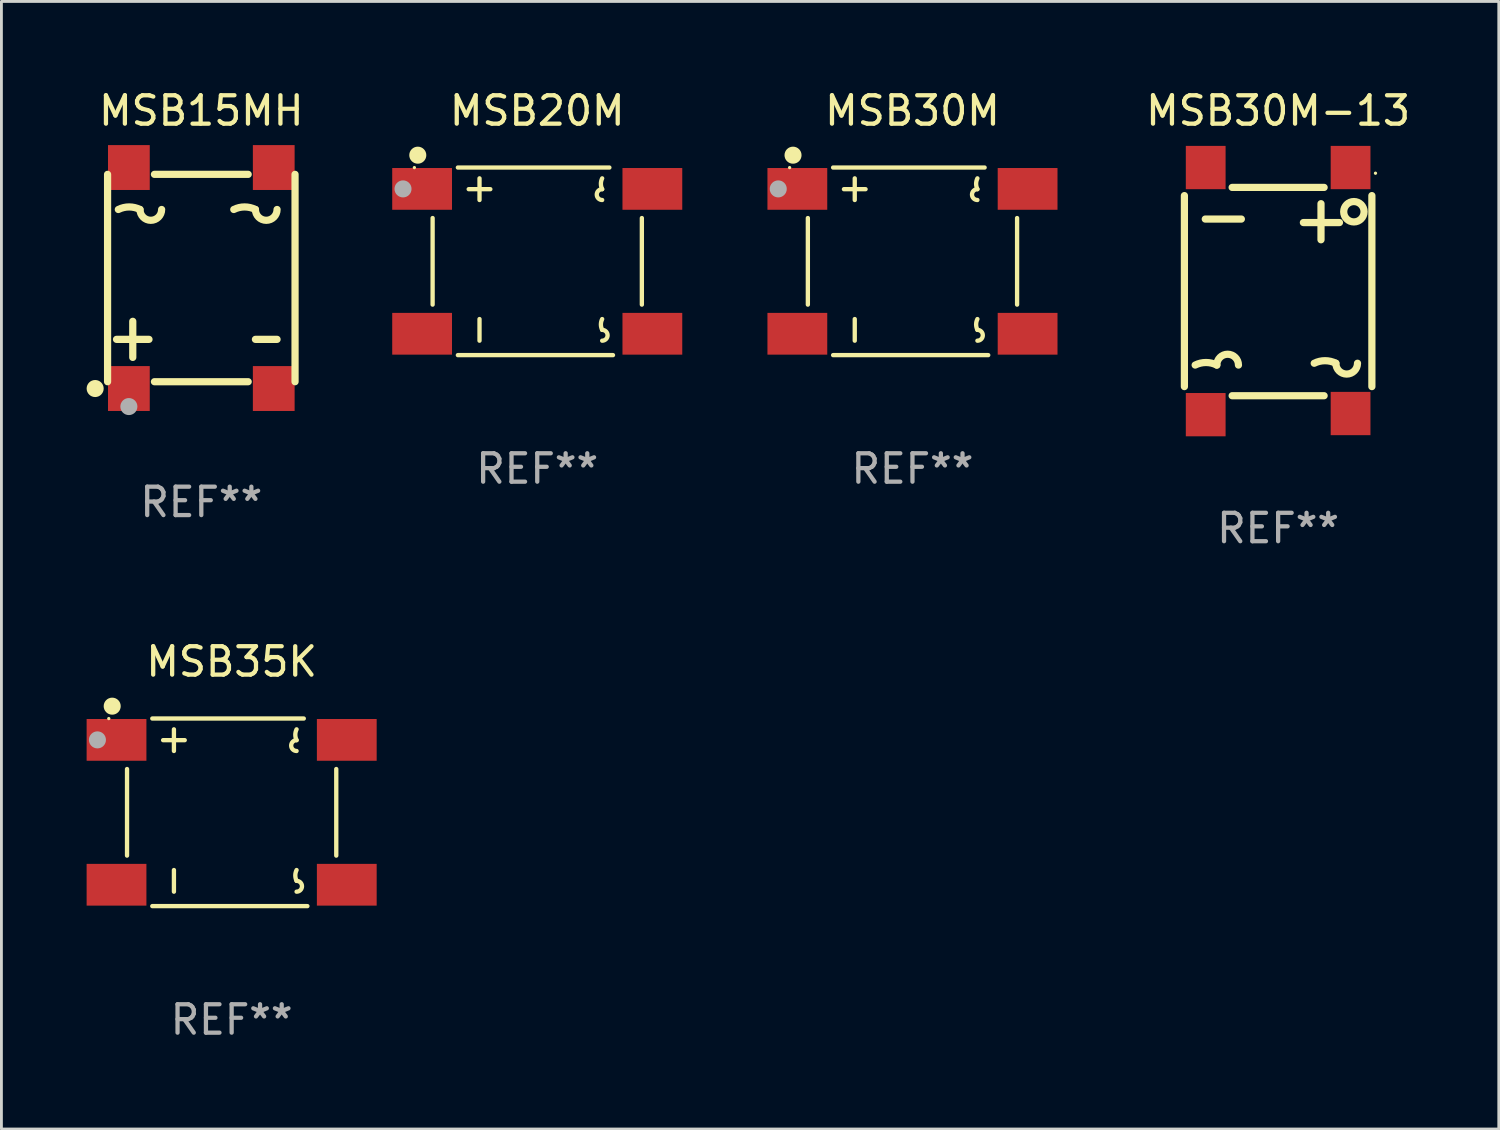
<source format=kicad_pcb>
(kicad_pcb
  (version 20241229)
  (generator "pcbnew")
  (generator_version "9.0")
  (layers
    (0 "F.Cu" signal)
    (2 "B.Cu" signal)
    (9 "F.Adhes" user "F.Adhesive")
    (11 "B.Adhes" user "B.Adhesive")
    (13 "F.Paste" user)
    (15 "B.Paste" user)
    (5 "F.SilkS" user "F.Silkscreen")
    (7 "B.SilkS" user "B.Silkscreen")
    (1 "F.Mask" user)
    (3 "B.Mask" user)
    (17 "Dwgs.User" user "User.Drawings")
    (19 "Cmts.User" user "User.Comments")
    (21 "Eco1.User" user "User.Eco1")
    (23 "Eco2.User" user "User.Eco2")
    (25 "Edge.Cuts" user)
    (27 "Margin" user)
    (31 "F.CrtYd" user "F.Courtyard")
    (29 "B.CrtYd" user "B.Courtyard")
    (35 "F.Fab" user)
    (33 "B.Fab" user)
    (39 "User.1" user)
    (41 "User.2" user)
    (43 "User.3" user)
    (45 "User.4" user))
  (footprint "MSB35K"
    (layer "F.Cu")
    (at 5.105 25.547)
    (property "Reference" "MSB35K" (at 0 -5.302 0) (layer "F.SilkS") (effects (font (size 1 1) (thickness 0.15))))
    (attr through_hole)
    (fp_line (start -3.683 -1.524) (end -3.683 1.524) (stroke (width 0.152) (type solid)) (layer "F.SilkS"))
    (fp_line (start -2.794 -3.302) (end 2.54 -3.302) (stroke (width 0.152) (type solid)) (layer "F.SilkS"))
    (fp_line (start -2.794 3.302) (end 2.667 3.302) (stroke (width 0.152) (type solid)) (layer "F.SilkS"))
    (fp_line (start -2.413 -2.54) (end -1.651 -2.54) (stroke (width 0.152) (type solid)) (layer "F.SilkS"))
    (fp_line (start -2.032 -2.921) (end -2.032 -2.159) (stroke (width 0.152) (type solid)) (layer "F.SilkS"))
    (fp_line (start -2.032 2.032) (end -2.032 2.794) (stroke (width 0.152) (type solid)) (layer "F.SilkS"))
    (fp_line (start 3.683 -1.524) (end 3.683 1.524) (stroke (width 0.152) (type solid)) (layer "F.SilkS"))
    (fp_arc (start 2.286004 -2.540006) (mid 2.241034 -2.730506) (end 2.286005 -2.921006) (stroke (width 0.151994) (type solid)) (layer "F.SilkS"))
    (fp_arc (start 2.286005 -2.159004) (mid 2.095504 -2.349505) (end 2.286005 -2.540006) (stroke (width 0.151994) (type solid)) (layer "F.SilkS"))
    (fp_arc (start 2.286005 2.413004) (mid 2.241034 2.222504) (end 2.286005 2.032004) (stroke (width 0.151994) (type solid)) (layer "F.SilkS"))
    (fp_arc (start 2.286005 2.413004) (mid 2.476506 2.603505) (end 2.286005 2.794006) (stroke (width 0.151994) (type solid)) (layer "F.SilkS"))
    (fp_circle (center -4.325 -3.3) (end -4.295 -3.3) (stroke (width 0.06) (type solid)) (fill no) (layer "F.SilkS"))
    (fp_circle (center -4.205 -3.737) (end -4.055 -3.737) (stroke (width 0.3) (type solid)) (fill no) (layer "F.SilkS"))
    (fp_circle (center -4.725 -2.55) (end -4.575 -2.55) (stroke (width 0.3) (type solid)) (fill no) (layer "F.Fab"))
    (fp_text user "REF**" (at 0 7.302 0) (layer "F.Fab") (effects (font (size 1 1) (thickness 0.15))))
    (pad "1" smd rect (at -4.053 -2.55) (size 2.105 1.47) (layers "F.Cu" "F.Mask" "F.Paste"))
    (pad "2" smd rect (at -4.053 2.55) (size 2.105 1.47) (layers "F.Cu" "F.Mask" "F.Paste"))
    (pad "3" smd rect (at 4.053 2.55) (size 2.105 1.47) (layers "F.Cu" "F.Mask" "F.Paste"))
    (pad "4" smd rect (at 4.053 -2.55) (size 2.105 1.47) (layers "F.Cu" "F.Mask" "F.Paste")))
  (footprint "MSB20M"
    (layer "F.Cu")
    (at 15.863 6.15)
    (property "Reference" "MSB20M" (at 0 -5.302 0) (layer "F.SilkS") (effects (font (size 1 1) (thickness 0.15))))
    (attr through_hole)
    (fp_line (start -3.683 -1.524) (end -3.683 1.524) (stroke (width 0.152) (type solid)) (layer "F.SilkS"))
    (fp_line (start -2.794 -3.302) (end 2.54 -3.302) (stroke (width 0.152) (type solid)) (layer "F.SilkS"))
    (fp_line (start -2.794 3.302) (end 2.667 3.302) (stroke (width 0.152) (type solid)) (layer "F.SilkS"))
    (fp_line (start -2.413 -2.54) (end -1.651 -2.54) (stroke (width 0.152) (type solid)) (layer "F.SilkS"))
    (fp_line (start -2.032 -2.921) (end -2.032 -2.159) (stroke (width 0.152) (type solid)) (layer "F.SilkS"))
    (fp_line (start -2.032 2.032) (end -2.032 2.794) (stroke (width 0.152) (type solid)) (layer "F.SilkS"))
    (fp_line (start 3.683 -1.524) (end 3.683 1.524) (stroke (width 0.152) (type solid)) (layer "F.SilkS"))
    (fp_arc (start 2.286004 -2.540006) (mid 2.241034 -2.730506) (end 2.286005 -2.921006) (stroke (width 0.151994) (type solid)) (layer "F.SilkS"))
    (fp_arc (start 2.286005 -2.159004) (mid 2.095504 -2.349505) (end 2.286005 -2.540006) (stroke (width 0.151994) (type solid)) (layer "F.SilkS"))
    (fp_arc (start 2.286005 2.413004) (mid 2.241034 2.222504) (end 2.286005 2.032004) (stroke (width 0.151994) (type solid)) (layer "F.SilkS"))
    (fp_arc (start 2.286005 2.413004) (mid 2.476506 2.603505) (end 2.286005 2.794006) (stroke (width 0.151994) (type solid)) (layer "F.SilkS"))
    (fp_circle (center -4.325 -3.3) (end -4.295 -3.3) (stroke (width 0.06) (type solid)) (fill no) (layer "F.SilkS"))
    (fp_circle (center -4.205 -3.737) (end -4.055 -3.737) (stroke (width 0.3) (type solid)) (fill no) (layer "F.SilkS"))
    (fp_circle (center -4.725 -2.55) (end -4.575 -2.55) (stroke (width 0.3) (type solid)) (fill no) (layer "F.Fab"))
    (fp_text user "REF**" (at 0 7.302 0) (layer "F.Fab") (effects (font (size 1 1) (thickness 0.15))))
    (pad "1" smd rect (at -4.053 -2.55) (size 2.105 1.47) (layers "F.Cu" "F.Mask" "F.Paste"))
    (pad "2" smd rect (at -4.053 2.55) (size 2.105 1.47) (layers "F.Cu" "F.Mask" "F.Paste"))
    (pad "3" smd rect (at 4.053 2.55) (size 2.105 1.47) (layers "F.Cu" "F.Mask" "F.Paste"))
    (pad "4" smd rect (at 4.053 -2.55) (size 2.105 1.47) (layers "F.Cu" "F.Mask" "F.Paste")))
  (footprint "MSB30M"
    (layer "F.Cu")
    (at 29.073 6.15)
    (property "Reference" "MSB30M" (at 0 -5.302 0) (layer "F.SilkS") (effects (font (size 1 1) (thickness 0.15))))
    (attr through_hole)
    (fp_line (start -3.683 -1.524) (end -3.683 1.524) (stroke (width 0.152) (type solid)) (layer "F.SilkS"))
    (fp_line (start -2.794 -3.302) (end 2.54 -3.302) (stroke (width 0.152) (type solid)) (layer "F.SilkS"))
    (fp_line (start -2.794 3.302) (end 2.667 3.302) (stroke (width 0.152) (type solid)) (layer "F.SilkS"))
    (fp_line (start -2.413 -2.54) (end -1.651 -2.54) (stroke (width 0.152) (type solid)) (layer "F.SilkS"))
    (fp_line (start -2.032 -2.921) (end -2.032 -2.159) (stroke (width 0.152) (type solid)) (layer "F.SilkS"))
    (fp_line (start -2.032 2.032) (end -2.032 2.794) (stroke (width 0.152) (type solid)) (layer "F.SilkS"))
    (fp_line (start 3.683 -1.524) (end 3.683 1.524) (stroke (width 0.152) (type solid)) (layer "F.SilkS"))
    (fp_arc (start 2.286004 -2.540006) (mid 2.241034 -2.730506) (end 2.286005 -2.921006) (stroke (width 0.151994) (type solid)) (layer "F.SilkS"))
    (fp_arc (start 2.286005 -2.159004) (mid 2.095504 -2.349505) (end 2.286005 -2.540006) (stroke (width 0.151994) (type solid)) (layer "F.SilkS"))
    (fp_arc (start 2.286005 2.413004) (mid 2.241034 2.222504) (end 2.286005 2.032004) (stroke (width 0.151994) (type solid)) (layer "F.SilkS"))
    (fp_arc (start 2.286005 2.413004) (mid 2.476506 2.603505) (end 2.286005 2.794006) (stroke (width 0.151994) (type solid)) (layer "F.SilkS"))
    (fp_circle (center -4.325 -3.3) (end -4.295 -3.3) (stroke (width 0.06) (type solid)) (fill no) (layer "F.SilkS"))
    (fp_circle (center -4.205 -3.737) (end -4.055 -3.737) (stroke (width 0.3) (type solid)) (fill no) (layer "F.SilkS"))
    (fp_circle (center -4.725 -2.55) (end -4.575 -2.55) (stroke (width 0.3) (type solid)) (fill no) (layer "F.Fab"))
    (fp_text user "REF**" (at 0 7.302 0) (layer "F.Fab") (effects (font (size 1 1) (thickness 0.15))))
    (pad "1" smd rect (at -4.053 -2.55) (size 2.105 1.47) (layers "F.Cu" "F.Mask" "F.Paste"))
    (pad "2" smd rect (at -4.053 2.55) (size 2.105 1.47) (layers "F.Cu" "F.Mask" "F.Paste"))
    (pad "3" smd rect (at 4.053 2.55) (size 2.105 1.47) (layers "F.Cu" "F.Mask" "F.Paste"))
    (pad "4" smd rect (at 4.053 -2.55) (size 2.105 1.47) (layers "F.Cu" "F.Mask" "F.Paste")))
  (footprint "MSB30M-13"
    (layer "F.Cu")
    (at 41.946 7.198)
    (property "Reference" "MSB30M-13" (at 0 -6.35 0) (layer "F.SilkS") (effects (font (size 1 1) (thickness 0.15))))
    (attr through_hole)
    (fp_line (start -3.3 -3.362) (end -3.3 3.362) (stroke (width 0.254) (type solid)) (layer "F.SilkS"))
    (fp_line (start -2.565 -2.536) (end -1.295 -2.536) (stroke (width 0.254) (type solid)) (layer "F.SilkS"))
    (fp_line (start -1.619 -3.65) (end 1.619 -3.65) (stroke (width 0.254) (type solid)) (layer "F.SilkS"))
    (fp_line (start -1.619 3.683) (end 1.619 3.683) (stroke (width 0.254) (type solid)) (layer "F.SilkS"))
    (fp_line (start 0.889 -2.413) (end 2.159 -2.413) (stroke (width 0.254) (type solid)) (layer "F.SilkS"))
    (fp_line (start 1.509 -1.807) (end 1.509 -3.077) (stroke (width 0.254) (type solid)) (layer "F.SilkS"))
    (fp_line (start 3.3 -3.362) (end 3.3 3.362) (stroke (width 0.254) (type solid)) (layer "F.SilkS"))
    (fp_arc (start -2.920892 2.603505) (mid -2.539891 2.513563) (end -2.15889 2.603505) (stroke (width 0.254001) (type solid)) (layer "F.SilkS"))
    (fp_arc (start -2.15889 2.603505) (mid -1.777889 2.222504) (end -1.396888 2.603505) (stroke (width 0.254001) (type solid)) (layer "F.SilkS"))
    (fp_arc (start 1.270142 2.540005) (mid 1.651143 2.450063) (end 2.032144 2.540005) (stroke (width 0.254001) (type solid)) (layer "F.SilkS"))
    (fp_arc (start 2.794145 2.540005) (mid 2.413145 2.921005) (end 2.032145 2.540005) (stroke (width 0.254001) (type solid)) (layer "F.SilkS"))
    (fp_circle (center 2.667 -2.794) (end 3.026 -2.794) (stroke (width 0.254) (type solid)) (fill no) (layer "F.SilkS"))
    (fp_circle (center 3.427 -4.15) (end 3.457 -4.15) (stroke (width 0.06) (type solid)) (fill no) (layer "F.SilkS"))
    (fp_text user "REF**" (at 0 8.35 0) (layer "F.Fab") (effects (font (size 1 1) (thickness 0.15))))
    (pad "1" smd rect (at 2.55 -4.35 90) (size 1.524 1.4) (layers "F.Cu" "F.Mask" "F.Paste"))
    (pad "2" smd rect (at 2.55 4.31 90) (size 1.524 1.4) (layers "F.Cu" "F.Mask" "F.Paste"))
    (pad "3" smd rect (at -2.55 -4.35 90) (size 1.524 1.4) (layers "F.Cu" "F.Mask" "F.Paste"))
    (pad "4" smd rect (at -2.55 4.35 90) (size 1.524 1.4) (layers "F.Cu" "F.Mask" "F.Paste")))
  (footprint "MSB15MH"
    (layer "F.Cu")
    (at 4.037 6.738)
    (property "Reference" "MSB15MH" (at 0 -5.89 0) (layer "F.SilkS") (effects (font (size 1 1) (thickness 0.15))))
    (attr through_hole)
    (fp_line (start -3.3 -3.65) (end -3.3 3.65) (stroke (width 0.254) (type solid)) (layer "F.SilkS"))
    (fp_line (start -2.985 2.159) (end -1.842 2.159) (stroke (width 0.254) (type solid)) (layer "F.SilkS"))
    (fp_line (start -2.413 1.524) (end -2.413 2.794) (stroke (width 0.254) (type solid)) (layer "F.SilkS"))
    (fp_line (start -1.65 -3.65) (end 1.65 -3.65) (stroke (width 0.254) (type solid)) (layer "F.SilkS"))
    (fp_line (start -1.65 3.65) (end 1.65 3.65) (stroke (width 0.254) (type solid)) (layer "F.SilkS"))
    (fp_line (start 1.905 2.159) (end 2.667 2.159) (stroke (width 0.254) (type solid)) (layer "F.SilkS"))
    (fp_line (start 3.3 -3.65) (end 3.3 3.65) (stroke (width 0.254) (type solid)) (layer "F.SilkS"))
    (fp_arc (start -2.921006 -2.413005) (mid -2.540005 -2.502947) (end -2.159004 -2.413005) (stroke (width 0.254001) (type solid)) (layer "F.SilkS"))
    (fp_arc (start -1.397003 -2.413005) (mid -1.778004 -2.032004) (end -2.159005 -2.413005) (stroke (width 0.254001) (type solid)) (layer "F.SilkS"))
    (fp_arc (start 1.143002 -2.413005) (mid 1.524003 -2.502947) (end 1.905004 -2.413005) (stroke (width 0.254001) (type solid)) (layer "F.SilkS"))
    (fp_arc (start 2.667005 -2.413005) (mid 2.286005 -2.032005) (end 1.905005 -2.413005) (stroke (width 0.254001) (type solid)) (layer "F.SilkS"))
    (fp_circle (center -3.737 3.89) (end -3.587 3.89) (stroke (width 0.3) (type solid)) (fill no) (layer "F.SilkS"))
    (fp_circle (center -2.55 4.525) (end -2.4 4.525) (stroke (width 0.3) (type solid)) (fill no) (layer "F.Fab"))
    (fp_text user "REF**" (at 0 7.89 0) (layer "F.Fab") (effects (font (size 1 1) (thickness 0.15))))
    (pad "1" smd rect (at -2.55 3.89) (size 1.47 1.58) (layers "F.Cu" "F.Mask" "F.Paste"))
    (pad "2" smd rect (at 2.55 3.89) (size 1.47 1.58) (layers "F.Cu" "F.Mask" "F.Paste"))
    (pad "3" smd rect (at 2.55 -3.89) (size 1.47 1.58) (layers "F.Cu" "F.Mask" "F.Paste"))
    (pad "4" smd rect (at -2.55 -3.89) (size 1.47 1.58) (layers "F.Cu" "F.Mask" "F.Paste")))
  (gr_rect
    (start -3 -3)
    (end 49.714 36.697)
    (stroke (width 0.1) (type default))
    (fill no)
    (layer "Edge.Cuts")))
</source>
